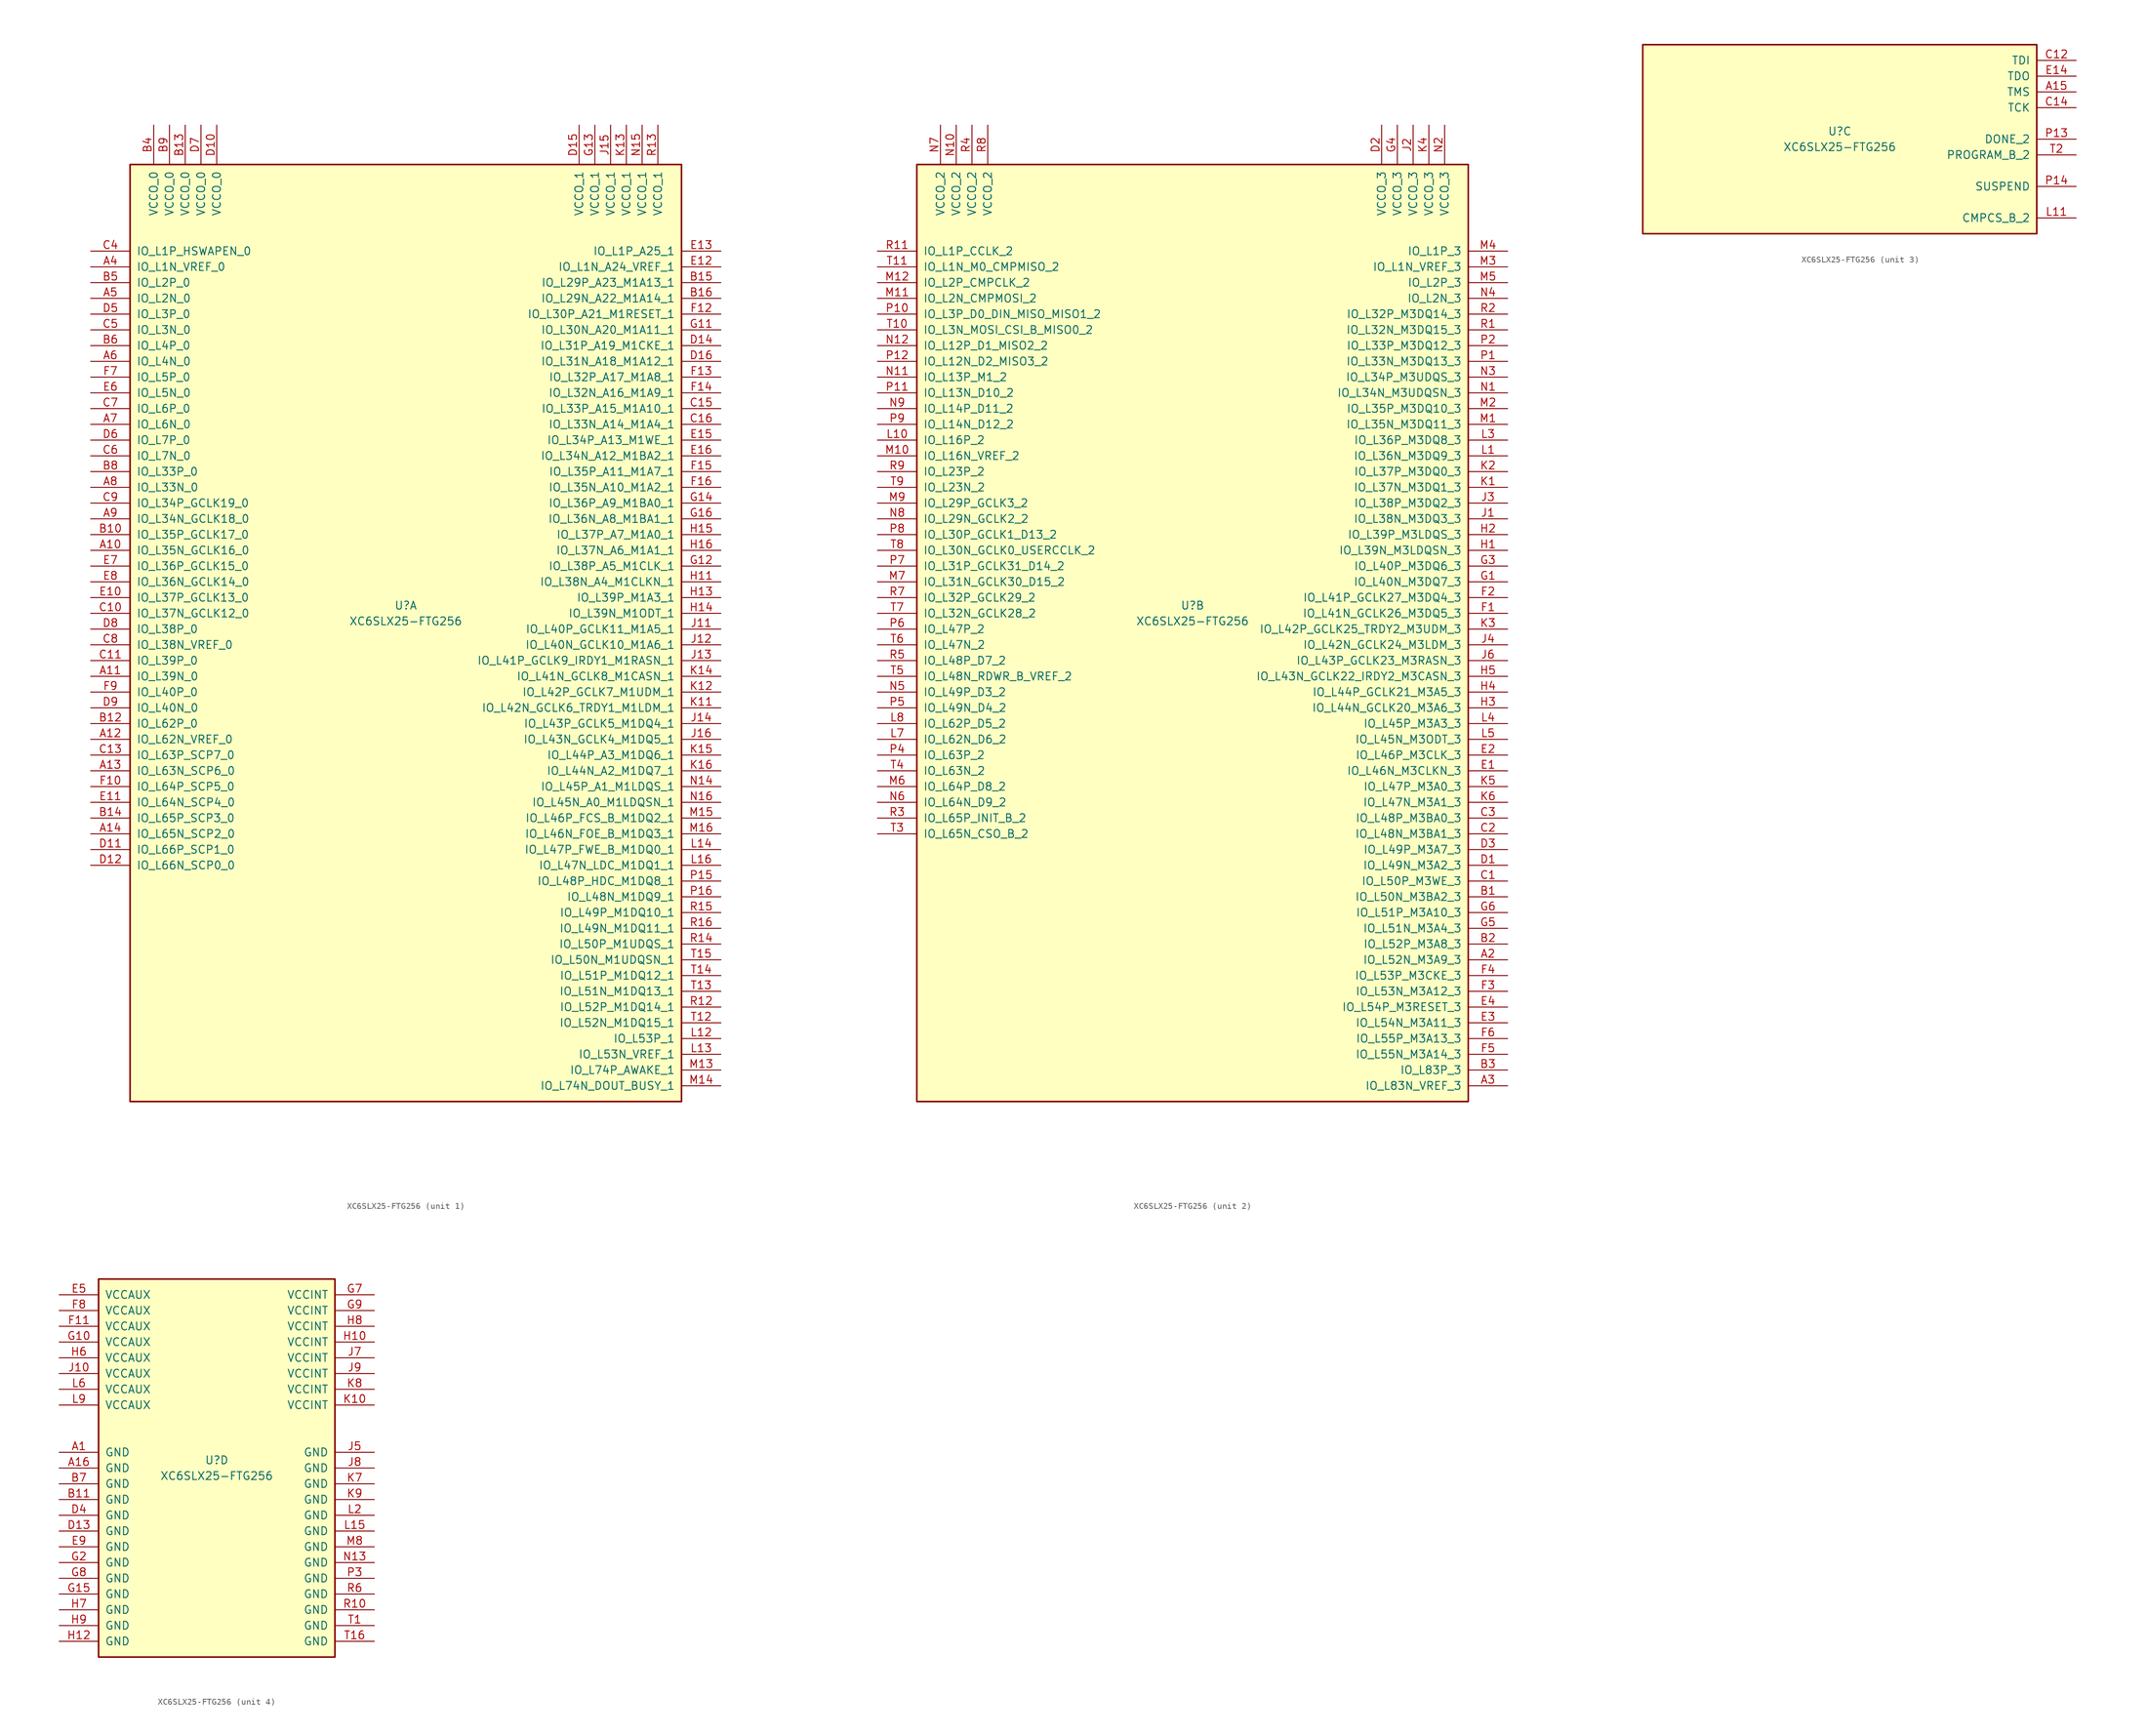
<source format=kicad_sym>
(kicad_symbol_lib
  (version 20201005)
  (generator kicad_symbol_editor)
  (symbol "XC6SLX25-FTG256"
    (pin_names
      (offset 1.016))
    (property "Reference" "U"
      (at 0 1.27 0)
      (effects (font (size 1.27 1.27))))
    (property "Value" "XC6SLX25-FTG256"
      (at 0 -1.27 0)
      (effects (font (size 1.27 1.27))))
    (property "Datasheet" ""
      (at 0 0 0)
      (effects (font (size 1.27 1.27))))
    (property "ki_locked" ""
      (at 0 0 0)
      (effects (font (size 1.27 1.27))))
    (symbol "XC6SLX25-FTG256_1_1"
      (rectangle (start -44.45 72.39) (end 44.45 -78.74) (stroke (width 0.254)) (fill (type background)))
      (pin power_in line (at -40.64 78.74 270) (length 6.35) (name "VCCO_0" (effects (font (size 1.27 1.27)))) (number "B4" (effects (font (size 1.27 1.27)))))
      (pin power_in line (at -38.1 78.74 270) (length 6.35) (name "VCCO_0" (effects (font (size 1.27 1.27)))) (number "B9" (effects (font (size 1.27 1.27)))))
      (pin power_in line (at -35.56 78.74 270) (length 6.35) (name "VCCO_0" (effects (font (size 1.27 1.27)))) (number "B13" (effects (font (size 1.27 1.27)))))
      (pin power_in line (at -33.02 78.74 270) (length 6.35) (name "VCCO_0" (effects (font (size 1.27 1.27)))) (number "D7" (effects (font (size 1.27 1.27)))))
      (pin power_in line (at -30.48 78.74 270) (length 6.35) (name "VCCO_0" (effects (font (size 1.27 1.27)))) (number "D10" (effects (font (size 1.27 1.27)))))
      (pin bidirectional line (at -50.8 58.42 0) (length 6.35) (name "IO_L1P_HSWAPEN_0" (effects (font (size 1.27 1.27)))) (number "C4" (effects (font (size 1.27 1.27)))))
      (pin bidirectional line (at -50.8 55.88 0) (length 6.35) (name "IO_L1N_VREF_0" (effects (font (size 1.27 1.27)))) (number "A4" (effects (font (size 1.27 1.27)))))
      (pin bidirectional line (at -50.8 53.34 0) (length 6.35) (name "IO_L2P_0" (effects (font (size 1.27 1.27)))) (number "B5" (effects (font (size 1.27 1.27)))))
      (pin bidirectional line (at -50.8 50.8 0) (length 6.35) (name "IO_L2N_0" (effects (font (size 1.27 1.27)))) (number "A5" (effects (font (size 1.27 1.27)))))
      (pin bidirectional line (at -50.8 48.26 0) (length 6.35) (name "IO_L3P_0" (effects (font (size 1.27 1.27)))) (number "D5" (effects (font (size 1.27 1.27)))))
      (pin bidirectional line (at -50.8 45.72 0) (length 6.35) (name "IO_L3N_0" (effects (font (size 1.27 1.27)))) (number "C5" (effects (font (size 1.27 1.27)))))
      (pin bidirectional line (at -50.8 43.18 0) (length 6.35) (name "IO_L4P_0" (effects (font (size 1.27 1.27)))) (number "B6" (effects (font (size 1.27 1.27)))))
      (pin bidirectional line (at -50.8 40.64 0) (length 6.35) (name "IO_L4N_0" (effects (font (size 1.27 1.27)))) (number "A6" (effects (font (size 1.27 1.27)))))
      (pin bidirectional line (at -50.8 38.1 0) (length 6.35) (name "IO_L5P_0" (effects (font (size 1.27 1.27)))) (number "F7" (effects (font (size 1.27 1.27)))))
      (pin bidirectional line (at -50.8 35.56 0) (length 6.35) (name "IO_L5N_0" (effects (font (size 1.27 1.27)))) (number "E6" (effects (font (size 1.27 1.27)))))
      (pin bidirectional line (at -50.8 33.02 0) (length 6.35) (name "IO_L6P_0" (effects (font (size 1.27 1.27)))) (number "C7" (effects (font (size 1.27 1.27)))))
      (pin bidirectional line (at -50.8 30.48 0) (length 6.35) (name "IO_L6N_0" (effects (font (size 1.27 1.27)))) (number "A7" (effects (font (size 1.27 1.27)))))
      (pin bidirectional line (at -50.8 27.94 0) (length 6.35) (name "IO_L7P_0" (effects (font (size 1.27 1.27)))) (number "D6" (effects (font (size 1.27 1.27)))))
      (pin bidirectional line (at -50.8 25.4 0) (length 6.35) (name "IO_L7N_0" (effects (font (size 1.27 1.27)))) (number "C6" (effects (font (size 1.27 1.27)))))
      (pin bidirectional line (at -50.8 22.86 0) (length 6.35) (name "IO_L33P_0" (effects (font (size 1.27 1.27)))) (number "B8" (effects (font (size 1.27 1.27)))))
      (pin bidirectional line (at -50.8 20.32 0) (length 6.35) (name "IO_L33N_0" (effects (font (size 1.27 1.27)))) (number "A8" (effects (font (size 1.27 1.27)))))
      (pin bidirectional line (at -50.8 17.78 0) (length 6.35) (name "IO_L34P_GCLK19_0" (effects (font (size 1.27 1.27)))) (number "C9" (effects (font (size 1.27 1.27)))))
      (pin bidirectional line (at -50.8 15.24 0) (length 6.35) (name "IO_L34N_GCLK18_0" (effects (font (size 1.27 1.27)))) (number "A9" (effects (font (size 1.27 1.27)))))
      (pin bidirectional line (at -50.8 12.7 0) (length 6.35) (name "IO_L35P_GCLK17_0" (effects (font (size 1.27 1.27)))) (number "B10" (effects (font (size 1.27 1.27)))))
      (pin bidirectional line (at -50.8 10.16 0) (length 6.35) (name "IO_L35N_GCLK16_0" (effects (font (size 1.27 1.27)))) (number "A10" (effects (font (size 1.27 1.27)))))
      (pin bidirectional line (at -50.8 7.62 0) (length 6.35) (name "IO_L36P_GCLK15_0" (effects (font (size 1.27 1.27)))) (number "E7" (effects (font (size 1.27 1.27)))))
      (pin bidirectional line (at -50.8 5.08 0) (length 6.35) (name "IO_L36N_GCLK14_0" (effects (font (size 1.27 1.27)))) (number "E8" (effects (font (size 1.27 1.27)))))
      (pin bidirectional line (at -50.8 2.54 0) (length 6.35) (name "IO_L37P_GCLK13_0" (effects (font (size 1.27 1.27)))) (number "E10" (effects (font (size 1.27 1.27)))))
      (pin bidirectional line (at -50.8 0 0) (length 6.35) (name "IO_L37N_GCLK12_0" (effects (font (size 1.27 1.27)))) (number "C10" (effects (font (size 1.27 1.27)))))
      (pin bidirectional line (at -50.8 -2.54 0) (length 6.35) (name "IO_L38P_0" (effects (font (size 1.27 1.27)))) (number "D8" (effects (font (size 1.27 1.27)))))
      (pin bidirectional line (at -50.8 -5.08 0) (length 6.35) (name "IO_L38N_VREF_0" (effects (font (size 1.27 1.27)))) (number "C8" (effects (font (size 1.27 1.27)))))
      (pin bidirectional line (at -50.8 -7.62 0) (length 6.35) (name "IO_L39P_0" (effects (font (size 1.27 1.27)))) (number "C11" (effects (font (size 1.27 1.27)))))
      (pin bidirectional line (at -50.8 -10.16 0) (length 6.35) (name "IO_L39N_0" (effects (font (size 1.27 1.27)))) (number "A11" (effects (font (size 1.27 1.27)))))
      (pin bidirectional line (at -50.8 -12.7 0) (length 6.35) (name "IO_L40P_0" (effects (font (size 1.27 1.27)))) (number "F9" (effects (font (size 1.27 1.27)))))
      (pin bidirectional line (at -50.8 -15.24 0) (length 6.35) (name "IO_L40N_0" (effects (font (size 1.27 1.27)))) (number "D9" (effects (font (size 1.27 1.27)))))
      (pin bidirectional line (at -50.8 -17.78 0) (length 6.35) (name "IO_L62P_0" (effects (font (size 1.27 1.27)))) (number "B12" (effects (font (size 1.27 1.27)))))
      (pin bidirectional line (at -50.8 -20.32 0) (length 6.35) (name "IO_L62N_VREF_0" (effects (font (size 1.27 1.27)))) (number "A12" (effects (font (size 1.27 1.27)))))
      (pin bidirectional line (at -50.8 -22.86 0) (length 6.35) (name "IO_L63P_SCP7_0" (effects (font (size 1.27 1.27)))) (number "C13" (effects (font (size 1.27 1.27)))))
      (pin bidirectional line (at -50.8 -25.4 0) (length 6.35) (name "IO_L63N_SCP6_0" (effects (font (size 1.27 1.27)))) (number "A13" (effects (font (size 1.27 1.27)))))
      (pin bidirectional line (at -50.8 -27.94 0) (length 6.35) (name "IO_L64P_SCP5_0" (effects (font (size 1.27 1.27)))) (number "F10" (effects (font (size 1.27 1.27)))))
      (pin bidirectional line (at -50.8 -30.48 0) (length 6.35) (name "IO_L64N_SCP4_0" (effects (font (size 1.27 1.27)))) (number "E11" (effects (font (size 1.27 1.27)))))
      (pin bidirectional line (at -50.8 -33.02 0) (length 6.35) (name "IO_L65P_SCP3_0" (effects (font (size 1.27 1.27)))) (number "B14" (effects (font (size 1.27 1.27)))))
      (pin bidirectional line (at -50.8 -35.56 0) (length 6.35) (name "IO_L65N_SCP2_0" (effects (font (size 1.27 1.27)))) (number "A14" (effects (font (size 1.27 1.27)))))
      (pin bidirectional line (at -50.8 -38.1 0) (length 6.35) (name "IO_L66P_SCP1_0" (effects (font (size 1.27 1.27)))) (number "D11" (effects (font (size 1.27 1.27)))))
      (pin bidirectional line (at -50.8 -40.64 0) (length 6.35) (name "IO_L66N_SCP0_0" (effects (font (size 1.27 1.27)))) (number "D12" (effects (font (size 1.27 1.27)))))
      (pin power_in line (at 27.94 78.74 270) (length 6.35) (name "VCCO_1" (effects (font (size 1.27 1.27)))) (number "D15" (effects (font (size 1.27 1.27)))))
      (pin power_in line (at 30.48 78.74 270) (length 6.35) (name "VCCO_1" (effects (font (size 1.27 1.27)))) (number "G13" (effects (font (size 1.27 1.27)))))
      (pin power_in line (at 33.02 78.74 270) (length 6.35) (name "VCCO_1" (effects (font (size 1.27 1.27)))) (number "J15" (effects (font (size 1.27 1.27)))))
      (pin power_in line (at 35.56 78.74 270) (length 6.35) (name "VCCO_1" (effects (font (size 1.27 1.27)))) (number "K13" (effects (font (size 1.27 1.27)))))
      (pin power_in line (at 38.1 78.74 270) (length 6.35) (name "VCCO_1" (effects (font (size 1.27 1.27)))) (number "N15" (effects (font (size 1.27 1.27)))))
      (pin power_in line (at 40.64 78.74 270) (length 6.35) (name "VCCO_1" (effects (font (size 1.27 1.27)))) (number "R13" (effects (font (size 1.27 1.27)))))
      (pin bidirectional line (at 50.8 58.42 180) (length 6.35) (name "IO_L1P_A25_1" (effects (font (size 1.27 1.27)))) (number "E13" (effects (font (size 1.27 1.27)))))
      (pin bidirectional line (at 50.8 55.88 180) (length 6.35) (name "IO_L1N_A24_VREF_1" (effects (font (size 1.27 1.27)))) (number "E12" (effects (font (size 1.27 1.27)))))
      (pin bidirectional line (at 50.8 53.34 180) (length 6.35) (name "IO_L29P_A23_M1A13_1" (effects (font (size 1.27 1.27)))) (number "B15" (effects (font (size 1.27 1.27)))))
      (pin bidirectional line (at 50.8 50.8 180) (length 6.35) (name "IO_L29N_A22_M1A14_1" (effects (font (size 1.27 1.27)))) (number "B16" (effects (font (size 1.27 1.27)))))
      (pin bidirectional line (at 50.8 48.26 180) (length 6.35) (name "IO_L30P_A21_M1RESET_1" (effects (font (size 1.27 1.27)))) (number "F12" (effects (font (size 1.27 1.27)))))
      (pin bidirectional line (at 50.8 45.72 180) (length 6.35) (name "IO_L30N_A20_M1A11_1" (effects (font (size 1.27 1.27)))) (number "G11" (effects (font (size 1.27 1.27)))))
      (pin bidirectional line (at 50.8 43.18 180) (length 6.35) (name "IO_L31P_A19_M1CKE_1" (effects (font (size 1.27 1.27)))) (number "D14" (effects (font (size 1.27 1.27)))))
      (pin bidirectional line (at 50.8 40.64 180) (length 6.35) (name "IO_L31N_A18_M1A12_1" (effects (font (size 1.27 1.27)))) (number "D16" (effects (font (size 1.27 1.27)))))
      (pin bidirectional line (at 50.8 38.1 180) (length 6.35) (name "IO_L32P_A17_M1A8_1" (effects (font (size 1.27 1.27)))) (number "F13" (effects (font (size 1.27 1.27)))))
      (pin bidirectional line (at 50.8 35.56 180) (length 6.35) (name "IO_L32N_A16_M1A9_1" (effects (font (size 1.27 1.27)))) (number "F14" (effects (font (size 1.27 1.27)))))
      (pin bidirectional line (at 50.8 33.02 180) (length 6.35) (name "IO_L33P_A15_M1A10_1" (effects (font (size 1.27 1.27)))) (number "C15" (effects (font (size 1.27 1.27)))))
      (pin bidirectional line (at 50.8 30.48 180) (length 6.35) (name "IO_L33N_A14_M1A4_1" (effects (font (size 1.27 1.27)))) (number "C16" (effects (font (size 1.27 1.27)))))
      (pin bidirectional line (at 50.8 27.94 180) (length 6.35) (name "IO_L34P_A13_M1WE_1" (effects (font (size 1.27 1.27)))) (number "E15" (effects (font (size 1.27 1.27)))))
      (pin bidirectional line (at 50.8 25.4 180) (length 6.35) (name "IO_L34N_A12_M1BA2_1" (effects (font (size 1.27 1.27)))) (number "E16" (effects (font (size 1.27 1.27)))))
      (pin bidirectional line (at 50.8 22.86 180) (length 6.35) (name "IO_L35P_A11_M1A7_1" (effects (font (size 1.27 1.27)))) (number "F15" (effects (font (size 1.27 1.27)))))
      (pin bidirectional line (at 50.8 20.32 180) (length 6.35) (name "IO_L35N_A10_M1A2_1" (effects (font (size 1.27 1.27)))) (number "F16" (effects (font (size 1.27 1.27)))))
      (pin bidirectional line (at 50.8 17.78 180) (length 6.35) (name "IO_L36P_A9_M1BA0_1" (effects (font (size 1.27 1.27)))) (number "G14" (effects (font (size 1.27 1.27)))))
      (pin bidirectional line (at 50.8 15.24 180) (length 6.35) (name "IO_L36N_A8_M1BA1_1" (effects (font (size 1.27 1.27)))) (number "G16" (effects (font (size 1.27 1.27)))))
      (pin bidirectional line (at 50.8 12.7 180) (length 6.35) (name "IO_L37P_A7_M1A0_1" (effects (font (size 1.27 1.27)))) (number "H15" (effects (font (size 1.27 1.27)))))
      (pin bidirectional line (at 50.8 10.16 180) (length 6.35) (name "IO_L37N_A6_M1A1_1" (effects (font (size 1.27 1.27)))) (number "H16" (effects (font (size 1.27 1.27)))))
      (pin bidirectional line (at 50.8 7.62 180) (length 6.35) (name "IO_L38P_A5_M1CLK_1" (effects (font (size 1.27 1.27)))) (number "G12" (effects (font (size 1.27 1.27)))))
      (pin bidirectional line (at 50.8 5.08 180) (length 6.35) (name "IO_L38N_A4_M1CLKN_1" (effects (font (size 1.27 1.27)))) (number "H11" (effects (font (size 1.27 1.27)))))
      (pin bidirectional line (at 50.8 2.54 180) (length 6.35) (name "IO_L39P_M1A3_1" (effects (font (size 1.27 1.27)))) (number "H13" (effects (font (size 1.27 1.27)))))
      (pin bidirectional line (at 50.8 0 180) (length 6.35) (name "IO_L39N_M1ODT_1" (effects (font (size 1.27 1.27)))) (number "H14" (effects (font (size 1.27 1.27)))))
      (pin bidirectional line (at 50.8 -2.54 180) (length 6.35) (name "IO_L40P_GCLK11_M1A5_1" (effects (font (size 1.27 1.27)))) (number "J11" (effects (font (size 1.27 1.27)))))
      (pin bidirectional line (at 50.8 -5.08 180) (length 6.35) (name "IO_L40N_GCLK10_M1A6_1" (effects (font (size 1.27 1.27)))) (number "J12" (effects (font (size 1.27 1.27)))))
      (pin bidirectional line (at 50.8 -7.62 180) (length 6.35) (name "IO_L41P_GCLK9_IRDY1_M1RASN_1" (effects (font (size 1.27 1.27)))) (number "J13" (effects (font (size 1.27 1.27)))))
      (pin bidirectional line (at 50.8 -10.16 180) (length 6.35) (name "IO_L41N_GCLK8_M1CASN_1" (effects (font (size 1.27 1.27)))) (number "K14" (effects (font (size 1.27 1.27)))))
      (pin bidirectional line (at 50.8 -12.7 180) (length 6.35) (name "IO_L42P_GCLK7_M1UDM_1" (effects (font (size 1.27 1.27)))) (number "K12" (effects (font (size 1.27 1.27)))))
      (pin bidirectional line (at 50.8 -15.24 180) (length 6.35) (name "IO_L42N_GCLK6_TRDY1_M1LDM_1" (effects (font (size 1.27 1.27)))) (number "K11" (effects (font (size 1.27 1.27)))))
      (pin bidirectional line (at 50.8 -17.78 180) (length 6.35) (name "IO_L43P_GCLK5_M1DQ4_1" (effects (font (size 1.27 1.27)))) (number "J14" (effects (font (size 1.27 1.27)))))
      (pin bidirectional line (at 50.8 -20.32 180) (length 6.35) (name "IO_L43N_GCLK4_M1DQ5_1" (effects (font (size 1.27 1.27)))) (number "J16" (effects (font (size 1.27 1.27)))))
      (pin bidirectional line (at 50.8 -22.86 180) (length 6.35) (name "IO_L44P_A3_M1DQ6_1" (effects (font (size 1.27 1.27)))) (number "K15" (effects (font (size 1.27 1.27)))))
      (pin bidirectional line (at 50.8 -25.4 180) (length 6.35) (name "IO_L44N_A2_M1DQ7_1" (effects (font (size 1.27 1.27)))) (number "K16" (effects (font (size 1.27 1.27)))))
      (pin bidirectional line (at 50.8 -27.94 180) (length 6.35) (name "IO_L45P_A1_M1LDQS_1" (effects (font (size 1.27 1.27)))) (number "N14" (effects (font (size 1.27 1.27)))))
      (pin bidirectional line (at 50.8 -30.48 180) (length 6.35) (name "IO_L45N_A0_M1LDQSN_1" (effects (font (size 1.27 1.27)))) (number "N16" (effects (font (size 1.27 1.27)))))
      (pin bidirectional line (at 50.8 -33.02 180) (length 6.35) (name "IO_L46P_FCS_B_M1DQ2_1" (effects (font (size 1.27 1.27)))) (number "M15" (effects (font (size 1.27 1.27)))))
      (pin bidirectional line (at 50.8 -35.56 180) (length 6.35) (name "IO_L46N_FOE_B_M1DQ3_1" (effects (font (size 1.27 1.27)))) (number "M16" (effects (font (size 1.27 1.27)))))
      (pin bidirectional line (at 50.8 -38.1 180) (length 6.35) (name "IO_L47P_FWE_B_M1DQ0_1" (effects (font (size 1.27 1.27)))) (number "L14" (effects (font (size 1.27 1.27)))))
      (pin bidirectional line (at 50.8 -40.64 180) (length 6.35) (name "IO_L47N_LDC_M1DQ1_1" (effects (font (size 1.27 1.27)))) (number "L16" (effects (font (size 1.27 1.27)))))
      (pin bidirectional line (at 50.8 -43.18 180) (length 6.35) (name "IO_L48P_HDC_M1DQ8_1" (effects (font (size 1.27 1.27)))) (number "P15" (effects (font (size 1.27 1.27)))))
      (pin bidirectional line (at 50.8 -45.72 180) (length 6.35) (name "IO_L48N_M1DQ9_1" (effects (font (size 1.27 1.27)))) (number "P16" (effects (font (size 1.27 1.27)))))
      (pin bidirectional line (at 50.8 -48.26 180) (length 6.35) (name "IO_L49P_M1DQ10_1" (effects (font (size 1.27 1.27)))) (number "R15" (effects (font (size 1.27 1.27)))))
      (pin bidirectional line (at 50.8 -50.8 180) (length 6.35) (name "IO_L49N_M1DQ11_1" (effects (font (size 1.27 1.27)))) (number "R16" (effects (font (size 1.27 1.27)))))
      (pin bidirectional line (at 50.8 -53.34 180) (length 6.35) (name "IO_L50P_M1UDQS_1" (effects (font (size 1.27 1.27)))) (number "R14" (effects (font (size 1.27 1.27)))))
      (pin bidirectional line (at 50.8 -55.88 180) (length 6.35) (name "IO_L50N_M1UDQSN_1" (effects (font (size 1.27 1.27)))) (number "T15" (effects (font (size 1.27 1.27)))))
      (pin bidirectional line (at 50.8 -58.42 180) (length 6.35) (name "IO_L51P_M1DQ12_1" (effects (font (size 1.27 1.27)))) (number "T14" (effects (font (size 1.27 1.27)))))
      (pin bidirectional line (at 50.8 -60.96 180) (length 6.35) (name "IO_L51N_M1DQ13_1" (effects (font (size 1.27 1.27)))) (number "T13" (effects (font (size 1.27 1.27)))))
      (pin bidirectional line (at 50.8 -63.5 180) (length 6.35) (name "IO_L52P_M1DQ14_1" (effects (font (size 1.27 1.27)))) (number "R12" (effects (font (size 1.27 1.27)))))
      (pin bidirectional line (at 50.8 -66.04 180) (length 6.35) (name "IO_L52N_M1DQ15_1" (effects (font (size 1.27 1.27)))) (number "T12" (effects (font (size 1.27 1.27)))))
      (pin bidirectional line (at 50.8 -68.58 180) (length 6.35) (name "IO_L53P_1" (effects (font (size 1.27 1.27)))) (number "L12" (effects (font (size 1.27 1.27)))))
      (pin bidirectional line (at 50.8 -71.12 180) (length 6.35) (name "IO_L53N_VREF_1" (effects (font (size 1.27 1.27)))) (number "L13" (effects (font (size 1.27 1.27)))))
      (pin bidirectional line (at 50.8 -73.66 180) (length 6.35) (name "IO_L74P_AWAKE_1" (effects (font (size 1.27 1.27)))) (number "M13" (effects (font (size 1.27 1.27)))))
      (pin bidirectional line (at 50.8 -76.2 180) (length 6.35) (name "IO_L74N_DOUT_BUSY_1" (effects (font (size 1.27 1.27)))) (number "M14" (effects (font (size 1.27 1.27))))))
    (symbol "XC6SLX25-FTG256_2_1"
      (rectangle (start -44.45 72.39) (end 44.45 -78.74) (stroke (width 0.254)) (fill (type background)))
      (pin power_in line (at -40.64 78.74 270) (length 6.35) (name "VCCO_2" (effects (font (size 1.27 1.27)))) (number "N7" (effects (font (size 1.27 1.27)))))
      (pin power_in line (at -38.1 78.74 270) (length 6.35) (name "VCCO_2" (effects (font (size 1.27 1.27)))) (number "N10" (effects (font (size 1.27 1.27)))))
      (pin power_in line (at -35.56 78.74 270) (length 6.35) (name "VCCO_2" (effects (font (size 1.27 1.27)))) (number "R4" (effects (font (size 1.27 1.27)))))
      (pin power_in line (at -33.02 78.74 270) (length 6.35) (name "VCCO_2" (effects (font (size 1.27 1.27)))) (number "R8" (effects (font (size 1.27 1.27)))))
      (pin bidirectional line (at -50.8 58.42 0) (length 6.35) (name "IO_L1P_CCLK_2" (effects (font (size 1.27 1.27)))) (number "R11" (effects (font (size 1.27 1.27)))))
      (pin bidirectional line (at -50.8 55.88 0) (length 6.35) (name "IO_L1N_M0_CMPMISO_2" (effects (font (size 1.27 1.27)))) (number "T11" (effects (font (size 1.27 1.27)))))
      (pin bidirectional line (at -50.8 53.34 0) (length 6.35) (name "IO_L2P_CMPCLK_2" (effects (font (size 1.27 1.27)))) (number "M12" (effects (font (size 1.27 1.27)))))
      (pin bidirectional line (at -50.8 50.8 0) (length 6.35) (name "IO_L2N_CMPMOSI_2" (effects (font (size 1.27 1.27)))) (number "M11" (effects (font (size 1.27 1.27)))))
      (pin bidirectional line (at -50.8 48.26 0) (length 6.35) (name "IO_L3P_D0_DIN_MISO_MISO1_2" (effects (font (size 1.27 1.27)))) (number "P10" (effects (font (size 1.27 1.27)))))
      (pin bidirectional line (at -50.8 45.72 0) (length 6.35) (name "IO_L3N_MOSI_CSI_B_MISO0_2" (effects (font (size 1.27 1.27)))) (number "T10" (effects (font (size 1.27 1.27)))))
      (pin bidirectional line (at -50.8 43.18 0) (length 6.35) (name "IO_L12P_D1_MISO2_2" (effects (font (size 1.27 1.27)))) (number "N12" (effects (font (size 1.27 1.27)))))
      (pin bidirectional line (at -50.8 40.64 0) (length 6.35) (name "IO_L12N_D2_MISO3_2" (effects (font (size 1.27 1.27)))) (number "P12" (effects (font (size 1.27 1.27)))))
      (pin bidirectional line (at -50.8 38.1 0) (length 6.35) (name "IO_L13P_M1_2" (effects (font (size 1.27 1.27)))) (number "N11" (effects (font (size 1.27 1.27)))))
      (pin bidirectional line (at -50.8 35.56 0) (length 6.35) (name "IO_L13N_D10_2" (effects (font (size 1.27 1.27)))) (number "P11" (effects (font (size 1.27 1.27)))))
      (pin bidirectional line (at -50.8 33.02 0) (length 6.35) (name "IO_L14P_D11_2" (effects (font (size 1.27 1.27)))) (number "N9" (effects (font (size 1.27 1.27)))))
      (pin bidirectional line (at -50.8 30.48 0) (length 6.35) (name "IO_L14N_D12_2" (effects (font (size 1.27 1.27)))) (number "P9" (effects (font (size 1.27 1.27)))))
      (pin bidirectional line (at -50.8 27.94 0) (length 6.35) (name "IO_L16P_2" (effects (font (size 1.27 1.27)))) (number "L10" (effects (font (size 1.27 1.27)))))
      (pin bidirectional line (at -50.8 25.4 0) (length 6.35) (name "IO_L16N_VREF_2" (effects (font (size 1.27 1.27)))) (number "M10" (effects (font (size 1.27 1.27)))))
      (pin bidirectional line (at -50.8 22.86 0) (length 6.35) (name "IO_L23P_2" (effects (font (size 1.27 1.27)))) (number "R9" (effects (font (size 1.27 1.27)))))
      (pin bidirectional line (at -50.8 20.32 0) (length 6.35) (name "IO_L23N_2" (effects (font (size 1.27 1.27)))) (number "T9" (effects (font (size 1.27 1.27)))))
      (pin bidirectional line (at -50.8 17.78 0) (length 6.35) (name "IO_L29P_GCLK3_2" (effects (font (size 1.27 1.27)))) (number "M9" (effects (font (size 1.27 1.27)))))
      (pin bidirectional line (at -50.8 15.24 0) (length 6.35) (name "IO_L29N_GCLK2_2" (effects (font (size 1.27 1.27)))) (number "N8" (effects (font (size 1.27 1.27)))))
      (pin bidirectional line (at -50.8 12.7 0) (length 6.35) (name "IO_L30P_GCLK1_D13_2" (effects (font (size 1.27 1.27)))) (number "P8" (effects (font (size 1.27 1.27)))))
      (pin bidirectional line (at -50.8 10.16 0) (length 6.35) (name "IO_L30N_GCLK0_USERCCLK_2" (effects (font (size 1.27 1.27)))) (number "T8" (effects (font (size 1.27 1.27)))))
      (pin bidirectional line (at -50.8 7.62 0) (length 6.35) (name "IO_L31P_GCLK31_D14_2" (effects (font (size 1.27 1.27)))) (number "P7" (effects (font (size 1.27 1.27)))))
      (pin bidirectional line (at -50.8 5.08 0) (length 6.35) (name "IO_L31N_GCLK30_D15_2" (effects (font (size 1.27 1.27)))) (number "M7" (effects (font (size 1.27 1.27)))))
      (pin bidirectional line (at -50.8 2.54 0) (length 6.35) (name "IO_L32P_GCLK29_2" (effects (font (size 1.27 1.27)))) (number "R7" (effects (font (size 1.27 1.27)))))
      (pin bidirectional line (at -50.8 0 0) (length 6.35) (name "IO_L32N_GCLK28_2" (effects (font (size 1.27 1.27)))) (number "T7" (effects (font (size 1.27 1.27)))))
      (pin bidirectional line (at -50.8 -2.54 0) (length 6.35) (name "IO_L47P_2" (effects (font (size 1.27 1.27)))) (number "P6" (effects (font (size 1.27 1.27)))))
      (pin bidirectional line (at -50.8 -5.08 0) (length 6.35) (name "IO_L47N_2" (effects (font (size 1.27 1.27)))) (number "T6" (effects (font (size 1.27 1.27)))))
      (pin bidirectional line (at -50.8 -7.62 0) (length 6.35) (name "IO_L48P_D7_2" (effects (font (size 1.27 1.27)))) (number "R5" (effects (font (size 1.27 1.27)))))
      (pin bidirectional line (at -50.8 -10.16 0) (length 6.35) (name "IO_L48N_RDWR_B_VREF_2" (effects (font (size 1.27 1.27)))) (number "T5" (effects (font (size 1.27 1.27)))))
      (pin bidirectional line (at -50.8 -12.7 0) (length 6.35) (name "IO_L49P_D3_2" (effects (font (size 1.27 1.27)))) (number "N5" (effects (font (size 1.27 1.27)))))
      (pin bidirectional line (at -50.8 -15.24 0) (length 6.35) (name "IO_L49N_D4_2" (effects (font (size 1.27 1.27)))) (number "P5" (effects (font (size 1.27 1.27)))))
      (pin bidirectional line (at -50.8 -17.78 0) (length 6.35) (name "IO_L62P_D5_2" (effects (font (size 1.27 1.27)))) (number "L8" (effects (font (size 1.27 1.27)))))
      (pin bidirectional line (at -50.8 -20.32 0) (length 6.35) (name "IO_L62N_D6_2" (effects (font (size 1.27 1.27)))) (number "L7" (effects (font (size 1.27 1.27)))))
      (pin bidirectional line (at -50.8 -22.86 0) (length 6.35) (name "IO_L63P_2" (effects (font (size 1.27 1.27)))) (number "P4" (effects (font (size 1.27 1.27)))))
      (pin bidirectional line (at -50.8 -25.4 0) (length 6.35) (name "IO_L63N_2" (effects (font (size 1.27 1.27)))) (number "T4" (effects (font (size 1.27 1.27)))))
      (pin bidirectional line (at -50.8 -27.94 0) (length 6.35) (name "IO_L64P_D8_2" (effects (font (size 1.27 1.27)))) (number "M6" (effects (font (size 1.27 1.27)))))
      (pin bidirectional line (at -50.8 -30.48 0) (length 6.35) (name "IO_L64N_D9_2" (effects (font (size 1.27 1.27)))) (number "N6" (effects (font (size 1.27 1.27)))))
      (pin bidirectional line (at -50.8 -33.02 0) (length 6.35) (name "IO_L65P_INIT_B_2" (effects (font (size 1.27 1.27)))) (number "R3" (effects (font (size 1.27 1.27)))))
      (pin bidirectional line (at -50.8 -35.56 0) (length 6.35) (name "IO_L65N_CSO_B_2" (effects (font (size 1.27 1.27)))) (number "T3" (effects (font (size 1.27 1.27)))))
      (pin power_in line (at 30.48 78.74 270) (length 6.35) (name "VCCO_3" (effects (font (size 1.27 1.27)))) (number "D2" (effects (font (size 1.27 1.27)))))
      (pin power_in line (at 33.02 78.74 270) (length 6.35) (name "VCCO_3" (effects (font (size 1.27 1.27)))) (number "G4" (effects (font (size 1.27 1.27)))))
      (pin power_in line (at 35.56 78.74 270) (length 6.35) (name "VCCO_3" (effects (font (size 1.27 1.27)))) (number "J2" (effects (font (size 1.27 1.27)))))
      (pin power_in line (at 38.1 78.74 270) (length 6.35) (name "VCCO_3" (effects (font (size 1.27 1.27)))) (number "K4" (effects (font (size 1.27 1.27)))))
      (pin power_in line (at 40.64 78.74 270) (length 6.35) (name "VCCO_3" (effects (font (size 1.27 1.27)))) (number "N2" (effects (font (size 1.27 1.27)))))
      (pin bidirectional line (at 50.8 58.42 180) (length 6.35) (name "IO_L1P_3" (effects (font (size 1.27 1.27)))) (number "M4" (effects (font (size 1.27 1.27)))))
      (pin bidirectional line (at 50.8 55.88 180) (length 6.35) (name "IO_L1N_VREF_3" (effects (font (size 1.27 1.27)))) (number "M3" (effects (font (size 1.27 1.27)))))
      (pin bidirectional line (at 50.8 53.34 180) (length 6.35) (name "IO_L2P_3" (effects (font (size 1.27 1.27)))) (number "M5" (effects (font (size 1.27 1.27)))))
      (pin bidirectional line (at 50.8 50.8 180) (length 6.35) (name "IO_L2N_3" (effects (font (size 1.27 1.27)))) (number "N4" (effects (font (size 1.27 1.27)))))
      (pin bidirectional line (at 50.8 48.26 180) (length 6.35) (name "IO_L32P_M3DQ14_3" (effects (font (size 1.27 1.27)))) (number "R2" (effects (font (size 1.27 1.27)))))
      (pin bidirectional line (at 50.8 45.72 180) (length 6.35) (name "IO_L32N_M3DQ15_3" (effects (font (size 1.27 1.27)))) (number "R1" (effects (font (size 1.27 1.27)))))
      (pin bidirectional line (at 50.8 43.18 180) (length 6.35) (name "IO_L33P_M3DQ12_3" (effects (font (size 1.27 1.27)))) (number "P2" (effects (font (size 1.27 1.27)))))
      (pin bidirectional line (at 50.8 40.64 180) (length 6.35) (name "IO_L33N_M3DQ13_3" (effects (font (size 1.27 1.27)))) (number "P1" (effects (font (size 1.27 1.27)))))
      (pin bidirectional line (at 50.8 38.1 180) (length 6.35) (name "IO_L34P_M3UDQS_3" (effects (font (size 1.27 1.27)))) (number "N3" (effects (font (size 1.27 1.27)))))
      (pin bidirectional line (at 50.8 35.56 180) (length 6.35) (name "IO_L34N_M3UDQSN_3" (effects (font (size 1.27 1.27)))) (number "N1" (effects (font (size 1.27 1.27)))))
      (pin bidirectional line (at 50.8 33.02 180) (length 6.35) (name "IO_L35P_M3DQ10_3" (effects (font (size 1.27 1.27)))) (number "M2" (effects (font (size 1.27 1.27)))))
      (pin bidirectional line (at 50.8 30.48 180) (length 6.35) (name "IO_L35N_M3DQ11_3" (effects (font (size 1.27 1.27)))) (number "M1" (effects (font (size 1.27 1.27)))))
      (pin bidirectional line (at 50.8 27.94 180) (length 6.35) (name "IO_L36P_M3DQ8_3" (effects (font (size 1.27 1.27)))) (number "L3" (effects (font (size 1.27 1.27)))))
      (pin bidirectional line (at 50.8 25.4 180) (length 6.35) (name "IO_L36N_M3DQ9_3" (effects (font (size 1.27 1.27)))) (number "L1" (effects (font (size 1.27 1.27)))))
      (pin bidirectional line (at 50.8 22.86 180) (length 6.35) (name "IO_L37P_M3DQ0_3" (effects (font (size 1.27 1.27)))) (number "K2" (effects (font (size 1.27 1.27)))))
      (pin bidirectional line (at 50.8 20.32 180) (length 6.35) (name "IO_L37N_M3DQ1_3" (effects (font (size 1.27 1.27)))) (number "K1" (effects (font (size 1.27 1.27)))))
      (pin bidirectional line (at 50.8 17.78 180) (length 6.35) (name "IO_L38P_M3DQ2_3" (effects (font (size 1.27 1.27)))) (number "J3" (effects (font (size 1.27 1.27)))))
      (pin bidirectional line (at 50.8 15.24 180) (length 6.35) (name "IO_L38N_M3DQ3_3" (effects (font (size 1.27 1.27)))) (number "J1" (effects (font (size 1.27 1.27)))))
      (pin bidirectional line (at 50.8 12.7 180) (length 6.35) (name "IO_L39P_M3LDQS_3" (effects (font (size 1.27 1.27)))) (number "H2" (effects (font (size 1.27 1.27)))))
      (pin bidirectional line (at 50.8 10.16 180) (length 6.35) (name "IO_L39N_M3LDQSN_3" (effects (font (size 1.27 1.27)))) (number "H1" (effects (font (size 1.27 1.27)))))
      (pin bidirectional line (at 50.8 7.62 180) (length 6.35) (name "IO_L40P_M3DQ6_3" (effects (font (size 1.27 1.27)))) (number "G3" (effects (font (size 1.27 1.27)))))
      (pin bidirectional line (at 50.8 5.08 180) (length 6.35) (name "IO_L40N_M3DQ7_3" (effects (font (size 1.27 1.27)))) (number "G1" (effects (font (size 1.27 1.27)))))
      (pin bidirectional line (at 50.8 2.54 180) (length 6.35) (name "IO_L41P_GCLK27_M3DQ4_3" (effects (font (size 1.27 1.27)))) (number "F2" (effects (font (size 1.27 1.27)))))
      (pin bidirectional line (at 50.8 0 180) (length 6.35) (name "IO_L41N_GCLK26_M3DQ5_3" (effects (font (size 1.27 1.27)))) (number "F1" (effects (font (size 1.27 1.27)))))
      (pin bidirectional line (at 50.8 -2.54 180) (length 6.35) (name "IO_L42P_GCLK25_TRDY2_M3UDM_3" (effects (font (size 1.27 1.27)))) (number "K3" (effects (font (size 1.27 1.27)))))
      (pin bidirectional line (at 50.8 -5.08 180) (length 6.35) (name "IO_L42N_GCLK24_M3LDM_3" (effects (font (size 1.27 1.27)))) (number "J4" (effects (font (size 1.27 1.27)))))
      (pin bidirectional line (at 50.8 -7.62 180) (length 6.35) (name "IO_L43P_GCLK23_M3RASN_3" (effects (font (size 1.27 1.27)))) (number "J6" (effects (font (size 1.27 1.27)))))
      (pin bidirectional line (at 50.8 -10.16 180) (length 6.35) (name "IO_L43N_GCLK22_IRDY2_M3CASN_3" (effects (font (size 1.27 1.27)))) (number "H5" (effects (font (size 1.27 1.27)))))
      (pin bidirectional line (at 50.8 -12.7 180) (length 6.35) (name "IO_L44P_GCLK21_M3A5_3" (effects (font (size 1.27 1.27)))) (number "H4" (effects (font (size 1.27 1.27)))))
      (pin bidirectional line (at 50.8 -15.24 180) (length 6.35) (name "IO_L44N_GCLK20_M3A6_3" (effects (font (size 1.27 1.27)))) (number "H3" (effects (font (size 1.27 1.27)))))
      (pin bidirectional line (at 50.8 -17.78 180) (length 6.35) (name "IO_L45P_M3A3_3" (effects (font (size 1.27 1.27)))) (number "L4" (effects (font (size 1.27 1.27)))))
      (pin bidirectional line (at 50.8 -20.32 180) (length 6.35) (name "IO_L45N_M3ODT_3" (effects (font (size 1.27 1.27)))) (number "L5" (effects (font (size 1.27 1.27)))))
      (pin bidirectional line (at 50.8 -22.86 180) (length 6.35) (name "IO_L46P_M3CLK_3" (effects (font (size 1.27 1.27)))) (number "E2" (effects (font (size 1.27 1.27)))))
      (pin bidirectional line (at 50.8 -25.4 180) (length 6.35) (name "IO_L46N_M3CLKN_3" (effects (font (size 1.27 1.27)))) (number "E1" (effects (font (size 1.27 1.27)))))
      (pin bidirectional line (at 50.8 -27.94 180) (length 6.35) (name "IO_L47P_M3A0_3" (effects (font (size 1.27 1.27)))) (number "K5" (effects (font (size 1.27 1.27)))))
      (pin bidirectional line (at 50.8 -30.48 180) (length 6.35) (name "IO_L47N_M3A1_3" (effects (font (size 1.27 1.27)))) (number "K6" (effects (font (size 1.27 1.27)))))
      (pin bidirectional line (at 50.8 -33.02 180) (length 6.35) (name "IO_L48P_M3BA0_3" (effects (font (size 1.27 1.27)))) (number "C3" (effects (font (size 1.27 1.27)))))
      (pin bidirectional line (at 50.8 -35.56 180) (length 6.35) (name "IO_L48N_M3BA1_3" (effects (font (size 1.27 1.27)))) (number "C2" (effects (font (size 1.27 1.27)))))
      (pin bidirectional line (at 50.8 -38.1 180) (length 6.35) (name "IO_L49P_M3A7_3" (effects (font (size 1.27 1.27)))) (number "D3" (effects (font (size 1.27 1.27)))))
      (pin bidirectional line (at 50.8 -40.64 180) (length 6.35) (name "IO_L49N_M3A2_3" (effects (font (size 1.27 1.27)))) (number "D1" (effects (font (size 1.27 1.27)))))
      (pin bidirectional line (at 50.8 -43.18 180) (length 6.35) (name "IO_L50P_M3WE_3" (effects (font (size 1.27 1.27)))) (number "C1" (effects (font (size 1.27 1.27)))))
      (pin bidirectional line (at 50.8 -45.72 180) (length 6.35) (name "IO_L50N_M3BA2_3" (effects (font (size 1.27 1.27)))) (number "B1" (effects (font (size 1.27 1.27)))))
      (pin bidirectional line (at 50.8 -48.26 180) (length 6.35) (name "IO_L51P_M3A10_3" (effects (font (size 1.27 1.27)))) (number "G6" (effects (font (size 1.27 1.27)))))
      (pin bidirectional line (at 50.8 -50.8 180) (length 6.35) (name "IO_L51N_M3A4_3" (effects (font (size 1.27 1.27)))) (number "G5" (effects (font (size 1.27 1.27)))))
      (pin bidirectional line (at 50.8 -53.34 180) (length 6.35) (name "IO_L52P_M3A8_3" (effects (font (size 1.27 1.27)))) (number "B2" (effects (font (size 1.27 1.27)))))
      (pin bidirectional line (at 50.8 -55.88 180) (length 6.35) (name "IO_L52N_M3A9_3" (effects (font (size 1.27 1.27)))) (number "A2" (effects (font (size 1.27 1.27)))))
      (pin bidirectional line (at 50.8 -58.42 180) (length 6.35) (name "IO_L53P_M3CKE_3" (effects (font (size 1.27 1.27)))) (number "F4" (effects (font (size 1.27 1.27)))))
      (pin bidirectional line (at 50.8 -60.96 180) (length 6.35) (name "IO_L53N_M3A12_3" (effects (font (size 1.27 1.27)))) (number "F3" (effects (font (size 1.27 1.27)))))
      (pin bidirectional line (at 50.8 -63.5 180) (length 6.35) (name "IO_L54P_M3RESET_3" (effects (font (size 1.27 1.27)))) (number "E4" (effects (font (size 1.27 1.27)))))
      (pin bidirectional line (at 50.8 -66.04 180) (length 6.35) (name "IO_L54N_M3A11_3" (effects (font (size 1.27 1.27)))) (number "E3" (effects (font (size 1.27 1.27)))))
      (pin bidirectional line (at 50.8 -68.58 180) (length 6.35) (name "IO_L55P_M3A13_3" (effects (font (size 1.27 1.27)))) (number "F6" (effects (font (size 1.27 1.27)))))
      (pin bidirectional line (at 50.8 -71.12 180) (length 6.35) (name "IO_L55N_M3A14_3" (effects (font (size 1.27 1.27)))) (number "F5" (effects (font (size 1.27 1.27)))))
      (pin bidirectional line (at 50.8 -73.66 180) (length 6.35) (name "IO_L83P_3" (effects (font (size 1.27 1.27)))) (number "B3" (effects (font (size 1.27 1.27)))))
      (pin bidirectional line (at 50.8 -76.2 180) (length 6.35) (name "IO_L83N_VREF_3" (effects (font (size 1.27 1.27)))) (number "A3" (effects (font (size 1.27 1.27))))))
    (symbol "XC6SLX25-FTG256_3_1"
      (rectangle (start -31.75 15.24) (end 31.75 -15.24) (stroke (width 0.254)) (fill (type background)))
      (pin bidirectional line (at 38.1 12.7 180) (length 6.35) (name "TDI" (effects (font (size 1.27 1.27)))) (number "C12" (effects (font (size 1.27 1.27)))))
      (pin bidirectional line (at 38.1 10.16 180) (length 6.35) (name "TDO" (effects (font (size 1.27 1.27)))) (number "E14" (effects (font (size 1.27 1.27)))))
      (pin bidirectional line (at 38.1 7.62 180) (length 6.35) (name "TMS" (effects (font (size 1.27 1.27)))) (number "A15" (effects (font (size 1.27 1.27)))))
      (pin bidirectional line (at 38.1 5.08 180) (length 6.35) (name "TCK" (effects (font (size 1.27 1.27)))) (number "C14" (effects (font (size 1.27 1.27)))))
      (pin bidirectional line (at 38.1 0 180) (length 6.35) (name "DONE_2" (effects (font (size 1.27 1.27)))) (number "P13" (effects (font (size 1.27 1.27)))))
      (pin bidirectional line (at 38.1 -2.54 180) (length 6.35) (name "PROGRAM_B_2" (effects (font (size 1.27 1.27)))) (number "T2" (effects (font (size 1.27 1.27)))))
      (pin bidirectional line (at 38.1 -7.62 180) (length 6.35) (name "SUSPEND" (effects (font (size 1.27 1.27)))) (number "P14" (effects (font (size 1.27 1.27)))))
      (pin bidirectional line (at 38.1 -12.7 180) (length 6.35) (name "CMPCS_B_2" (effects (font (size 1.27 1.27)))) (number "L11" (effects (font (size 1.27 1.27))))))
    (symbol "XC6SLX25-FTG256_4_1"
      (rectangle (start -19.05 30.48) (end 19.05 -30.48) (stroke (width 0.254)) (fill (type background)))
      (pin power_in line (at -25.4 27.94 0) (length 6.35) (name "VCCAUX" (effects (font (size 1.27 1.27)))) (number "E5" (effects (font (size 1.27 1.27)))))
      (pin power_in line (at -25.4 25.4 0) (length 6.35) (name "VCCAUX" (effects (font (size 1.27 1.27)))) (number "F8" (effects (font (size 1.27 1.27)))))
      (pin power_in line (at -25.4 22.86 0) (length 6.35) (name "VCCAUX" (effects (font (size 1.27 1.27)))) (number "F11" (effects (font (size 1.27 1.27)))))
      (pin power_in line (at -25.4 20.32 0) (length 6.35) (name "VCCAUX" (effects (font (size 1.27 1.27)))) (number "G10" (effects (font (size 1.27 1.27)))))
      (pin power_in line (at -25.4 17.78 0) (length 6.35) (name "VCCAUX" (effects (font (size 1.27 1.27)))) (number "H6" (effects (font (size 1.27 1.27)))))
      (pin power_in line (at -25.4 15.24 0) (length 6.35) (name "VCCAUX" (effects (font (size 1.27 1.27)))) (number "J10" (effects (font (size 1.27 1.27)))))
      (pin power_in line (at -25.4 12.7 0) (length 6.35) (name "VCCAUX" (effects (font (size 1.27 1.27)))) (number "L6" (effects (font (size 1.27 1.27)))))
      (pin power_in line (at -25.4 10.16 0) (length 6.35) (name "VCCAUX" (effects (font (size 1.27 1.27)))) (number "L9" (effects (font (size 1.27 1.27)))))
      (pin power_in line (at -25.4 2.54 0) (length 6.35) (name "GND" (effects (font (size 1.27 1.27)))) (number "A1" (effects (font (size 1.27 1.27)))))
      (pin power_in line (at -25.4 0 0) (length 6.35) (name "GND" (effects (font (size 1.27 1.27)))) (number "A16" (effects (font (size 1.27 1.27)))))
      (pin power_in line (at -25.4 -2.54 0) (length 6.35) (name "GND" (effects (font (size 1.27 1.27)))) (number "B7" (effects (font (size 1.27 1.27)))))
      (pin power_in line (at -25.4 -5.08 0) (length 6.35) (name "GND" (effects (font (size 1.27 1.27)))) (number "B11" (effects (font (size 1.27 1.27)))))
      (pin power_in line (at -25.4 -7.62 0) (length 6.35) (name "GND" (effects (font (size 1.27 1.27)))) (number "D4" (effects (font (size 1.27 1.27)))))
      (pin power_in line (at -25.4 -10.16 0) (length 6.35) (name "GND" (effects (font (size 1.27 1.27)))) (number "D13" (effects (font (size 1.27 1.27)))))
      (pin power_in line (at -25.4 -12.7 0) (length 6.35) (name "GND" (effects (font (size 1.27 1.27)))) (number "E9" (effects (font (size 1.27 1.27)))))
      (pin power_in line (at -25.4 -15.24 0) (length 6.35) (name "GND" (effects (font (size 1.27 1.27)))) (number "G2" (effects (font (size 1.27 1.27)))))
      (pin power_in line (at -25.4 -17.78 0) (length 6.35) (name "GND" (effects (font (size 1.27 1.27)))) (number "G8" (effects (font (size 1.27 1.27)))))
      (pin power_in line (at -25.4 -20.32 0) (length 6.35) (name "GND" (effects (font (size 1.27 1.27)))) (number "G15" (effects (font (size 1.27 1.27)))))
      (pin power_in line (at -25.4 -22.86 0) (length 6.35) (name "GND" (effects (font (size 1.27 1.27)))) (number "H7" (effects (font (size 1.27 1.27)))))
      (pin power_in line (at -25.4 -25.4 0) (length 6.35) (name "GND" (effects (font (size 1.27 1.27)))) (number "H9" (effects (font (size 1.27 1.27)))))
      (pin power_in line (at -25.4 -27.94 0) (length 6.35) (name "GND" (effects (font (size 1.27 1.27)))) (number "H12" (effects (font (size 1.27 1.27)))))
      (pin power_in line (at 25.4 27.94 180) (length 6.35) (name "VCCINT" (effects (font (size 1.27 1.27)))) (number "G7" (effects (font (size 1.27 1.27)))))
      (pin power_in line (at 25.4 25.4 180) (length 6.35) (name "VCCINT" (effects (font (size 1.27 1.27)))) (number "G9" (effects (font (size 1.27 1.27)))))
      (pin power_in line (at 25.4 22.86 180) (length 6.35) (name "VCCINT" (effects (font (size 1.27 1.27)))) (number "H8" (effects (font (size 1.27 1.27)))))
      (pin power_in line (at 25.4 20.32 180) (length 6.35) (name "VCCINT" (effects (font (size 1.27 1.27)))) (number "H10" (effects (font (size 1.27 1.27)))))
      (pin power_in line (at 25.4 17.78 180) (length 6.35) (name "VCCINT" (effects (font (size 1.27 1.27)))) (number "J7" (effects (font (size 1.27 1.27)))))
      (pin power_in line (at 25.4 15.24 180) (length 6.35) (name "VCCINT" (effects (font (size 1.27 1.27)))) (number "J9" (effects (font (size 1.27 1.27)))))
      (pin power_in line (at 25.4 12.7 180) (length 6.35) (name "VCCINT" (effects (font (size 1.27 1.27)))) (number "K8" (effects (font (size 1.27 1.27)))))
      (pin power_in line (at 25.4 10.16 180) (length 6.35) (name "VCCINT" (effects (font (size 1.27 1.27)))) (number "K10" (effects (font (size 1.27 1.27)))))
      (pin power_in line (at 25.4 2.54 180) (length 6.35) (name "GND" (effects (font (size 1.27 1.27)))) (number "J5" (effects (font (size 1.27 1.27)))))
      (pin power_in line (at 25.4 0 180) (length 6.35) (name "GND" (effects (font (size 1.27 1.27)))) (number "J8" (effects (font (size 1.27 1.27)))))
      (pin power_in line (at 25.4 -2.54 180) (length 6.35) (name "GND" (effects (font (size 1.27 1.27)))) (number "K7" (effects (font (size 1.27 1.27)))))
      (pin power_in line (at 25.4 -5.08 180) (length 6.35) (name "GND" (effects (font (size 1.27 1.27)))) (number "K9" (effects (font (size 1.27 1.27)))))
      (pin power_in line (at 25.4 -7.62 180) (length 6.35) (name "GND" (effects (font (size 1.27 1.27)))) (number "L2" (effects (font (size 1.27 1.27)))))
      (pin power_in line (at 25.4 -10.16 180) (length 6.35) (name "GND" (effects (font (size 1.27 1.27)))) (number "L15" (effects (font (size 1.27 1.27)))))
      (pin power_in line (at 25.4 -12.7 180) (length 6.35) (name "GND" (effects (font (size 1.27 1.27)))) (number "M8" (effects (font (size 1.27 1.27)))))
      (pin power_in line (at 25.4 -15.24 180) (length 6.35) (name "GND" (effects (font (size 1.27 1.27)))) (number "N13" (effects (font (size 1.27 1.27)))))
      (pin power_in line (at 25.4 -17.78 180) (length 6.35) (name "GND" (effects (font (size 1.27 1.27)))) (number "P3" (effects (font (size 1.27 1.27)))))
      (pin power_in line (at 25.4 -20.32 180) (length 6.35) (name "GND" (effects (font (size 1.27 1.27)))) (number "R6" (effects (font (size 1.27 1.27)))))
      (pin power_in line (at 25.4 -22.86 180) (length 6.35) (name "GND" (effects (font (size 1.27 1.27)))) (number "R10" (effects (font (size 1.27 1.27)))))
      (pin power_in line (at 25.4 -25.4 180) (length 6.35) (name "GND" (effects (font (size 1.27 1.27)))) (number "T1" (effects (font (size 1.27 1.27)))))
      (pin power_in line (at 25.4 -27.94 180) (length 6.35) (name "GND" (effects (font (size 1.27 1.27)))) (number "T16" (effects (font (size 1.27 1.27))))))))
</source>
